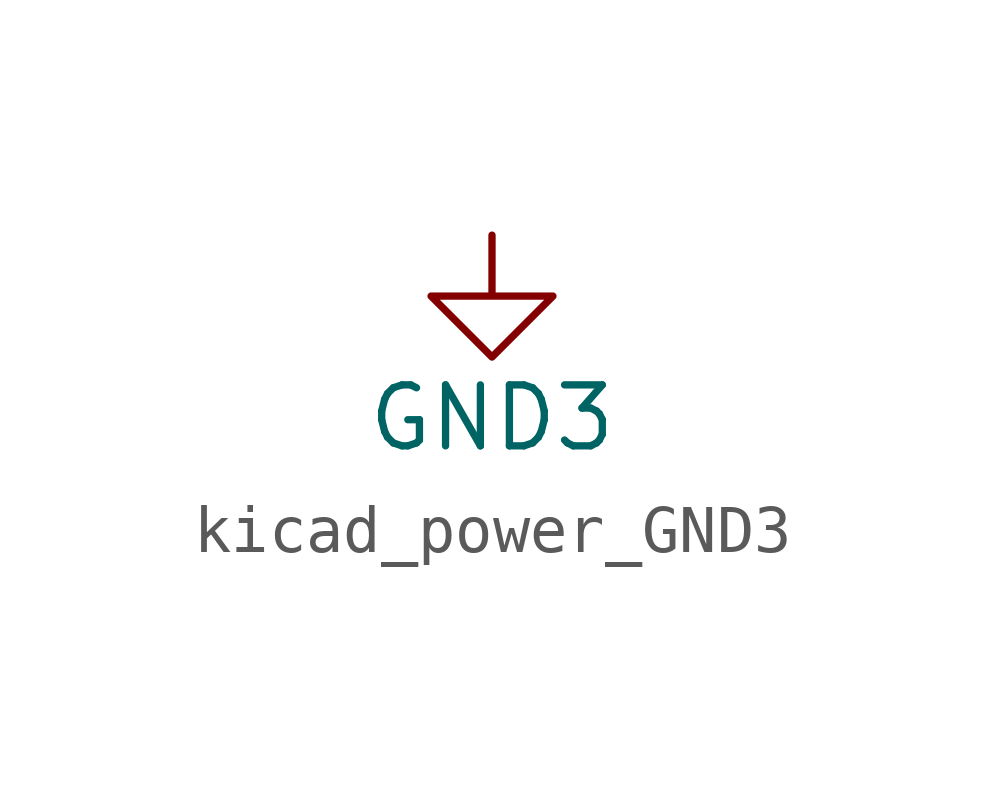
<source format=kicad_sym>
(kicad_symbol_lib
  (version 20220914)
  (generator kicad_symbol_editor)
  (symbol "kicad_power_GND3"
    (power)
    (pin_names
      (offset 0))
    (property "Reference" "#PWR"
      (at 0 -6.35 0)
      (effects (font (size 1.27 1.27)) hide))
    (property "Value" "GND3"
      (at 0 -3.81 0)
      (effects (font (size 1.27 1.27))))
    (symbol "kicad_power_GND3_0_1"
      (polyline (pts (xy 0 0) (xy 0 -1.27) (xy 1.27 -1.27) (xy 0 -2.54) (xy -1.27 -1.27) (xy 0 -1.27)) (stroke (width 0) (type default)) (fill (type none))))
    (symbol "kicad_power_GND3_1_1"
      (pin power_in line (at 0 0 270) (length 0) hide (name "GND3" (effects (font (size 1.27 1.27)))) (number "1" (effects (font (size 1.27 1.27))))))))
</source>
